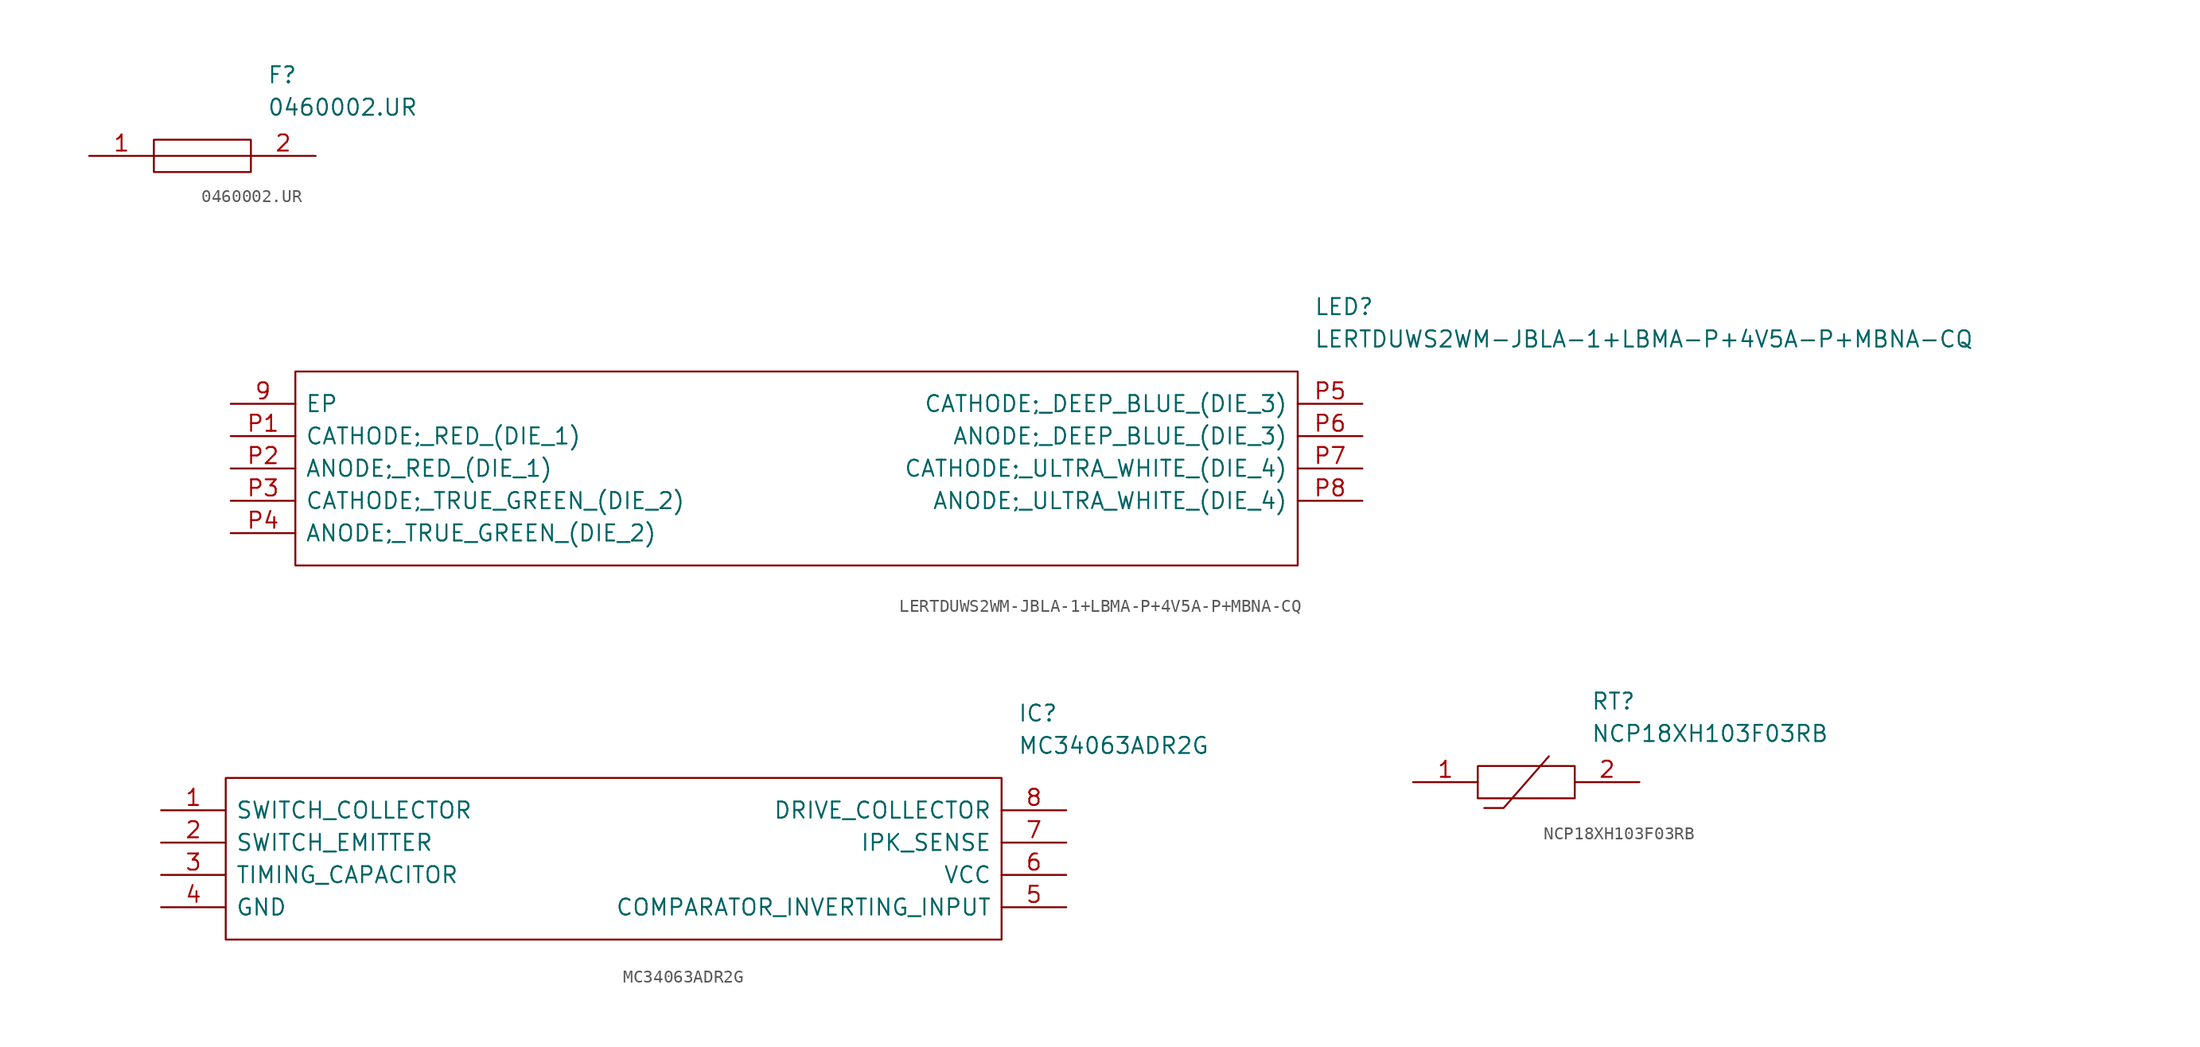
<source format=kicad_sym>
(kicad_symbol_lib
  (version 20211014)
  (generator kicad_symbol_editor)
  (symbol "0460002.UR"
    (pin_names
      (offset 0.762))
    (property "Reference" "F"
      (at 13.97 6.35 0)
      (effects (font (size 1.27 1.27)) (justify left)))
    (property "Value" "0460002.UR"
      (at 13.97 3.81 0)
      (effects (font (size 1.27 1.27)) (justify left)))
    (symbol "0460002.UR_0_0"
      (pin passive line (at 0 0 0) (length 5.08) (name "~" (effects (font (size 1.27 1.27)))) (number "1" (effects (font (size 1.27 1.27)))))
      (pin passive line (at 17.78 0 180) (length 5.08) (name "~" (effects (font (size 1.27 1.27)))) (number "2" (effects (font (size 1.27 1.27))))))
    (symbol "0460002.UR_0_1"
      (polyline (pts (xy 5.08 0) (xy 12.7 0)) (stroke (width 0.152) (type default) (color 0 0 0 0)) (fill (type none)))
      (polyline (pts (xy 5.08 1.27) (xy 12.7 1.27) (xy 12.7 -1.27) (xy 5.08 -1.27) (xy 5.08 1.27)) (stroke (width 0.152) (type default) (color 0 0 0 0)) (fill (type none)))))
  (symbol "LERTDUWS2WM-JBLA-1+LBMA-P+4V5A-P+MBNA-CQ"
    (pin_names
      (offset 0.762))
    (property "Reference" "LED"
      (at 85.09 7.62 0)
      (effects (font (size 1.27 1.27)) (justify left)))
    (property "Value" "LERTDUWS2WM-JBLA-1+LBMA-P+4V5A-P+MBNA-CQ"
      (at 85.09 5.08 0)
      (effects (font (size 1.27 1.27)) (justify left)))
    (symbol "LERTDUWS2WM-JBLA-1+LBMA-P+4V5A-P+MBNA-CQ_0_0"
      (pin passive line (at 0 0 0) (length 5.08) (name "EP" (effects (font (size 1.27 1.27)))) (number "9" (effects (font (size 1.27 1.27)))))
      (pin passive line (at 0 -2.54 0) (length 5.08) (name "CATHODE;_RED_(DIE_1)" (effects (font (size 1.27 1.27)))) (number "P1" (effects (font (size 1.27 1.27)))))
      (pin passive line (at 0 -5.08 0) (length 5.08) (name "ANODE;_RED_(DIE_1)" (effects (font (size 1.27 1.27)))) (number "P2" (effects (font (size 1.27 1.27)))))
      (pin passive line (at 0 -7.62 0) (length 5.08) (name "CATHODE;_TRUE_GREEN_(DIE_2)" (effects (font (size 1.27 1.27)))) (number "P3" (effects (font (size 1.27 1.27)))))
      (pin passive line (at 0 -10.16 0) (length 5.08) (name "ANODE;_TRUE_GREEN_(DIE_2)" (effects (font (size 1.27 1.27)))) (number "P4" (effects (font (size 1.27 1.27)))))
      (pin passive line (at 88.9 0 180) (length 5.08) (name "CATHODE;_DEEP_BLUE_(DIE_3)" (effects (font (size 1.27 1.27)))) (number "P5" (effects (font (size 1.27 1.27)))))
      (pin passive line (at 88.9 -2.54 180) (length 5.08) (name "ANODE;_DEEP_BLUE_(DIE_3)" (effects (font (size 1.27 1.27)))) (number "P6" (effects (font (size 1.27 1.27)))))
      (pin passive line (at 88.9 -5.08 180) (length 5.08) (name "CATHODE;_ULTRA_WHITE_(DIE_4)" (effects (font (size 1.27 1.27)))) (number "P7" (effects (font (size 1.27 1.27)))))
      (pin passive line (at 88.9 -7.62 180) (length 5.08) (name "ANODE;_ULTRA_WHITE_(DIE_4)" (effects (font (size 1.27 1.27)))) (number "P8" (effects (font (size 1.27 1.27))))))
    (symbol "LERTDUWS2WM-JBLA-1+LBMA-P+4V5A-P+MBNA-CQ_0_1"
      (polyline (pts (xy 5.08 2.54) (xy 83.82 2.54) (xy 83.82 -12.7) (xy 5.08 -12.7) (xy 5.08 2.54)) (stroke (width 0.152) (type default) (color 0 0 0 0)) (fill (type none)))))
  (symbol "MC34063ADR2G"
    (pin_names
      (offset 0.762))
    (property "Reference" "IC"
      (at 67.31 7.62 0)
      (effects (font (size 1.27 1.27)) (justify left)))
    (property "Value" "MC34063ADR2G"
      (at 67.31 5.08 0)
      (effects (font (size 1.27 1.27)) (justify left)))
    (symbol "MC34063ADR2G_0_0"
      (pin passive line (at 0 0 0) (length 5.08) (name "SWITCH_COLLECTOR" (effects (font (size 1.27 1.27)))) (number "1" (effects (font (size 1.27 1.27)))))
      (pin passive line (at 0 -2.54 0) (length 5.08) (name "SWITCH_EMITTER" (effects (font (size 1.27 1.27)))) (number "2" (effects (font (size 1.27 1.27)))))
      (pin passive line (at 0 -5.08 0) (length 5.08) (name "TIMING_CAPACITOR" (effects (font (size 1.27 1.27)))) (number "3" (effects (font (size 1.27 1.27)))))
      (pin passive line (at 0 -7.62 0) (length 5.08) (name "GND" (effects (font (size 1.27 1.27)))) (number "4" (effects (font (size 1.27 1.27)))))
      (pin passive line (at 71.12 -7.62 180) (length 5.08) (name "COMPARATOR_INVERTING_INPUT" (effects (font (size 1.27 1.27)))) (number "5" (effects (font (size 1.27 1.27)))))
      (pin passive line (at 71.12 -5.08 180) (length 5.08) (name "VCC" (effects (font (size 1.27 1.27)))) (number "6" (effects (font (size 1.27 1.27)))))
      (pin passive line (at 71.12 -2.54 180) (length 5.08) (name "IPK_SENSE" (effects (font (size 1.27 1.27)))) (number "7" (effects (font (size 1.27 1.27)))))
      (pin passive line (at 71.12 0 180) (length 5.08) (name "DRIVE_COLLECTOR" (effects (font (size 1.27 1.27)))) (number "8" (effects (font (size 1.27 1.27))))))
    (symbol "MC34063ADR2G_0_1"
      (polyline (pts (xy 5.08 2.54) (xy 66.04 2.54) (xy 66.04 -10.16) (xy 5.08 -10.16) (xy 5.08 2.54)) (stroke (width 0.152) (type default) (color 0 0 0 0)) (fill (type none)))))
  (symbol "NCP18XH103F03RB"
    (pin_names
      (offset 0.762))
    (property "Reference" "RT"
      (at 13.97 6.35 0)
      (effects (font (size 1.27 1.27)) (justify left)))
    (property "Value" "NCP18XH103F03RB"
      (at 13.97 3.81 0)
      (effects (font (size 1.27 1.27)) (justify left)))
    (symbol "NCP18XH103F03RB_0_0"
      (pin passive line (at 0 0 0) (length 5.08) (name "~" (effects (font (size 1.27 1.27)))) (number "1" (effects (font (size 1.27 1.27)))))
      (pin passive line (at 17.78 0 180) (length 5.08) (name "~" (effects (font (size 1.27 1.27)))) (number "2" (effects (font (size 1.27 1.27))))))
    (symbol "NCP18XH103F03RB_0_1"
      (polyline (pts (xy 5.588 -2.032) (xy 7.112 -2.032) (xy 10.668 2.032)) (stroke (width 0.152) (type default) (color 0 0 0 0)) (fill (type none)))
      (polyline (pts (xy 5.08 1.27) (xy 12.7 1.27) (xy 12.7 -1.27) (xy 5.08 -1.27) (xy 5.08 1.27)) (stroke (width 0.152) (type default) (color 0 0 0 0)) (fill (type none))))))
</source>
